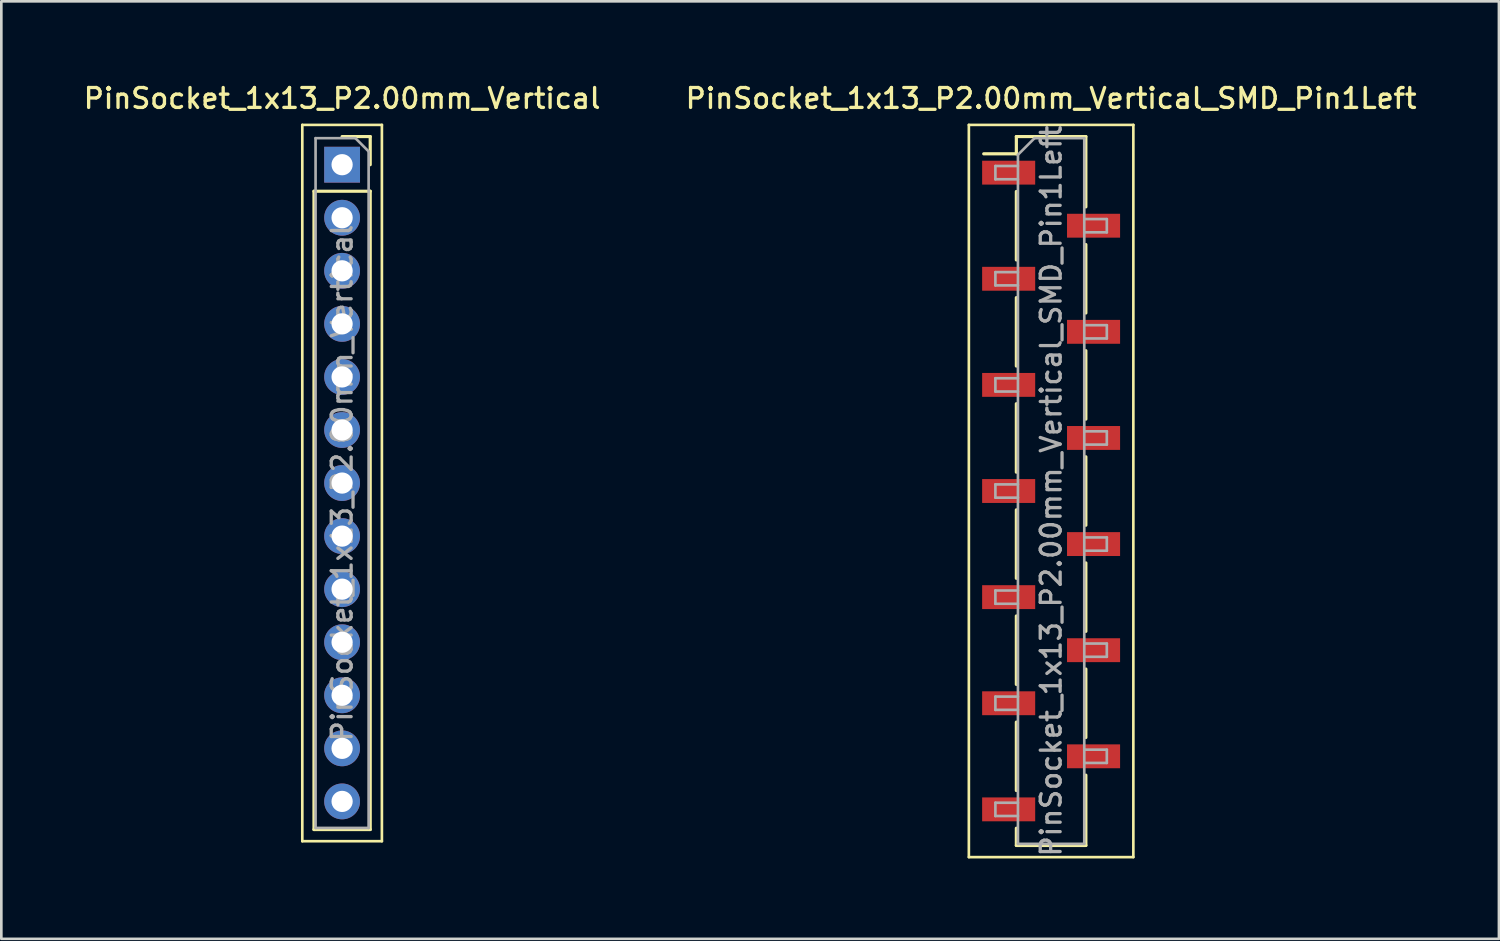
<source format=kicad_pcb>
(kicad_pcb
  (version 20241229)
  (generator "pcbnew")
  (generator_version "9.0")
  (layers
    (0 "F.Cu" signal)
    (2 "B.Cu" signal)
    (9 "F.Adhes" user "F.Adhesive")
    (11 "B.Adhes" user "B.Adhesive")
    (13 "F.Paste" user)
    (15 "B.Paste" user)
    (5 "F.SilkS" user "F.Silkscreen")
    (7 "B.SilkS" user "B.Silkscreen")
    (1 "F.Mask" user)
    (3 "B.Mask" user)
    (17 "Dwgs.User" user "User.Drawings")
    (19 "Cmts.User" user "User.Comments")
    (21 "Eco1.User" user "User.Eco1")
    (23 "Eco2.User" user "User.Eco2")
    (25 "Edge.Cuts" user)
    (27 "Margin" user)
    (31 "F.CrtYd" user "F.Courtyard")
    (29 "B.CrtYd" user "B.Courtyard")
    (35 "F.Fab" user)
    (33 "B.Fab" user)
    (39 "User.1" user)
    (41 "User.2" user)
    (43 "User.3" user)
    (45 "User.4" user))
  (footprint "PinSocket_1x13_P2.00mm_Vertical_SMD_Pin1Left"
    (layer "F.Cu")
    (at 36.57 15.458)
    (property "Reference" "PinSocket_1x13_P2.00mm_Vertical_SMD_Pin1Left" (at 0 -14.8 0) (layer "F.SilkS") (effects (font (size 0.75 0.75) (thickness 0.125))))
    (attr smd)
    (fp_line (start -3.1 -13.8) (end 3.1 -13.8) (stroke (width 0.1) (type solid)) (layer "F.SilkS"))
    (fp_line (start -3.1 13.8) (end -3.1 -13.8) (stroke (width 0.1) (type solid)) (layer "F.SilkS"))
    (fp_line (start -2.54 -12.71) (end -1.31 -12.71) (stroke (width 0.12) (type solid)) (layer "F.SilkS"))
    (fp_line (start -1.31 -13.36) (end -1.31 -12.71) (stroke (width 0.12) (type solid)) (layer "F.SilkS"))
    (fp_line (start -1.31 -13.36) (end 1.31 -13.36) (stroke (width 0.12) (type solid)) (layer "F.SilkS"))
    (fp_line (start -1.31 -11.29) (end -1.31 -8.71) (stroke (width 0.12) (type solid)) (layer "F.SilkS"))
    (fp_line (start -1.31 -7.29) (end -1.31 -4.71) (stroke (width 0.12) (type solid)) (layer "F.SilkS"))
    (fp_line (start -1.31 -3.29) (end -1.31 -0.71) (stroke (width 0.12) (type solid)) (layer "F.SilkS"))
    (fp_line (start -1.31 0.71) (end -1.31 3.29) (stroke (width 0.12) (type solid)) (layer "F.SilkS"))
    (fp_line (start -1.31 4.71) (end -1.31 7.29) (stroke (width 0.12) (type solid)) (layer "F.SilkS"))
    (fp_line (start -1.31 8.71) (end -1.31 11.29) (stroke (width 0.12) (type solid)) (layer "F.SilkS"))
    (fp_line (start -1.31 12.71) (end -1.31 13.36) (stroke (width 0.12) (type solid)) (layer "F.SilkS"))
    (fp_line (start -1.31 13.36) (end 1.31 13.36) (stroke (width 0.12) (type solid)) (layer "F.SilkS"))
    (fp_line (start 1.31 -13.36) (end 1.31 -10.71) (stroke (width 0.12) (type solid)) (layer "F.SilkS"))
    (fp_line (start 1.31 -9.29) (end 1.31 -6.71) (stroke (width 0.12) (type solid)) (layer "F.SilkS"))
    (fp_line (start 1.31 -5.29) (end 1.31 -2.71) (stroke (width 0.12) (type solid)) (layer "F.SilkS"))
    (fp_line (start 1.31 -1.29) (end 1.31 1.29) (stroke (width 0.12) (type solid)) (layer "F.SilkS"))
    (fp_line (start 1.31 2.71) (end 1.31 5.29) (stroke (width 0.12) (type solid)) (layer "F.SilkS"))
    (fp_line (start 1.31 6.71) (end 1.31 9.29) (stroke (width 0.12) (type solid)) (layer "F.SilkS"))
    (fp_line (start 1.31 10.71) (end 1.31 13.36) (stroke (width 0.12) (type solid)) (layer "F.SilkS"))
    (fp_line (start 3.1 -13.8) (end 3.1 13.8) (stroke (width 0.1) (type solid)) (layer "F.SilkS"))
    (fp_line (start 3.1 13.8) (end -3.1 13.8) (stroke (width 0.1) (type solid)) (layer "F.SilkS"))
    (fp_line (start -2.1 -12.25) (end -1.25 -12.25) (stroke (width 0.1) (type solid)) (layer "F.Fab"))
    (fp_line (start -2.1 -11.75) (end -2.1 -12.25) (stroke (width 0.1) (type solid)) (layer "F.Fab"))
    (fp_line (start -2.1 -8.25) (end -1.25 -8.25) (stroke (width 0.1) (type solid)) (layer "F.Fab"))
    (fp_line (start -2.1 -7.75) (end -2.1 -8.25) (stroke (width 0.1) (type solid)) (layer "F.Fab"))
    (fp_line (start -2.1 -4.25) (end -1.25 -4.25) (stroke (width 0.1) (type solid)) (layer "F.Fab"))
    (fp_line (start -2.1 -3.75) (end -2.1 -4.25) (stroke (width 0.1) (type solid)) (layer "F.Fab"))
    (fp_line (start -2.1 -0.25) (end -1.25 -0.25) (stroke (width 0.1) (type solid)) (layer "F.Fab"))
    (fp_line (start -2.1 0.25) (end -2.1 -0.25) (stroke (width 0.1) (type solid)) (layer "F.Fab"))
    (fp_line (start -2.1 3.75) (end -1.25 3.75) (stroke (width 0.1) (type solid)) (layer "F.Fab"))
    (fp_line (start -2.1 4.25) (end -2.1 3.75) (stroke (width 0.1) (type solid)) (layer "F.Fab"))
    (fp_line (start -2.1 7.75) (end -1.25 7.75) (stroke (width 0.1) (type solid)) (layer "F.Fab"))
    (fp_line (start -2.1 8.25) (end -2.1 7.75) (stroke (width 0.1) (type solid)) (layer "F.Fab"))
    (fp_line (start -2.1 11.75) (end -1.25 11.75) (stroke (width 0.1) (type solid)) (layer "F.Fab"))
    (fp_line (start -2.1 12.25) (end -2.1 11.75) (stroke (width 0.1) (type solid)) (layer "F.Fab"))
    (fp_line (start -1.25 -12.675) (end -0.625 -13.3) (stroke (width 0.1) (type solid)) (layer "F.Fab"))
    (fp_line (start -1.25 -11.75) (end -2.1 -11.75) (stroke (width 0.1) (type solid)) (layer "F.Fab"))
    (fp_line (start -1.25 -7.75) (end -2.1 -7.75) (stroke (width 0.1) (type solid)) (layer "F.Fab"))
    (fp_line (start -1.25 -3.75) (end -2.1 -3.75) (stroke (width 0.1) (type solid)) (layer "F.Fab"))
    (fp_line (start -1.25 0.25) (end -2.1 0.25) (stroke (width 0.1) (type solid)) (layer "F.Fab"))
    (fp_line (start -1.25 4.25) (end -2.1 4.25) (stroke (width 0.1) (type solid)) (layer "F.Fab"))
    (fp_line (start -1.25 8.25) (end -2.1 8.25) (stroke (width 0.1) (type solid)) (layer "F.Fab"))
    (fp_line (start -1.25 12.25) (end -2.1 12.25) (stroke (width 0.1) (type solid)) (layer "F.Fab"))
    (fp_line (start -1.25 13.3) (end -1.25 -12.675) (stroke (width 0.1) (type solid)) (layer "F.Fab"))
    (fp_line (start -0.625 -13.3) (end 1.25 -13.3) (stroke (width 0.1) (type solid)) (layer "F.Fab"))
    (fp_line (start 1.25 -13.3) (end 1.25 13.3) (stroke (width 0.1) (type solid)) (layer "F.Fab"))
    (fp_line (start 1.25 -10.25) (end 2.1 -10.25) (stroke (width 0.1) (type solid)) (layer "F.Fab"))
    (fp_line (start 1.25 -6.25) (end 2.1 -6.25) (stroke (width 0.1) (type solid)) (layer "F.Fab"))
    (fp_line (start 1.25 -2.25) (end 2.1 -2.25) (stroke (width 0.1) (type solid)) (layer "F.Fab"))
    (fp_line (start 1.25 1.75) (end 2.1 1.75) (stroke (width 0.1) (type solid)) (layer "F.Fab"))
    (fp_line (start 1.25 5.75) (end 2.1 5.75) (stroke (width 0.1) (type solid)) (layer "F.Fab"))
    (fp_line (start 1.25 9.75) (end 2.1 9.75) (stroke (width 0.1) (type solid)) (layer "F.Fab"))
    (fp_line (start 1.25 13.3) (end -1.25 13.3) (stroke (width 0.1) (type solid)) (layer "F.Fab"))
    (fp_line (start 2.1 -10.25) (end 2.1 -9.75) (stroke (width 0.1) (type solid)) (layer "F.Fab"))
    (fp_line (start 2.1 -9.75) (end 1.25 -9.75) (stroke (width 0.1) (type solid)) (layer "F.Fab"))
    (fp_line (start 2.1 -6.25) (end 2.1 -5.75) (stroke (width 0.1) (type solid)) (layer "F.Fab"))
    (fp_line (start 2.1 -5.75) (end 1.25 -5.75) (stroke (width 0.1) (type solid)) (layer "F.Fab"))
    (fp_line (start 2.1 -2.25) (end 2.1 -1.75) (stroke (width 0.1) (type solid)) (layer "F.Fab"))
    (fp_line (start 2.1 -1.75) (end 1.25 -1.75) (stroke (width 0.1) (type solid)) (layer "F.Fab"))
    (fp_line (start 2.1 1.75) (end 2.1 2.25) (stroke (width 0.1) (type solid)) (layer "F.Fab"))
    (fp_line (start 2.1 2.25) (end 1.25 2.25) (stroke (width 0.1) (type solid)) (layer "F.Fab"))
    (fp_line (start 2.1 5.75) (end 2.1 6.25) (stroke (width 0.1) (type solid)) (layer "F.Fab"))
    (fp_line (start 2.1 6.25) (end 1.25 6.25) (stroke (width 0.1) (type solid)) (layer "F.Fab"))
    (fp_line (start 2.1 9.75) (end 2.1 10.25) (stroke (width 0.1) (type solid)) (layer "F.Fab"))
    (fp_line (start 2.1 10.25) (end 1.25 10.25) (stroke (width 0.1) (type solid)) (layer "F.Fab"))
    (fp_text user "${REFERENCE}" (at 0 0 90) (layer "F.Fab") (effects (font (size 0.75 0.75) (thickness 0.125))))
    (pad "1" smd rect (at -1.6 -12) (size 2 0.9) (layers "F.Cu" "F.Mask" "F.Paste"))
    (pad "2" smd rect (at 1.6 -10) (size 2 0.9) (layers "F.Cu" "F.Mask" "F.Paste"))
    (pad "3" smd rect (at -1.6 -8) (size 2 0.9) (layers "F.Cu" "F.Mask" "F.Paste"))
    (pad "4" smd rect (at 1.6 -6) (size 2 0.9) (layers "F.Cu" "F.Mask" "F.Paste"))
    (pad "5" smd rect (at -1.6 -4) (size 2 0.9) (layers "F.Cu" "F.Mask" "F.Paste"))
    (pad "6" smd rect (at 1.6 -2) (size 2 0.9) (layers "F.Cu" "F.Mask" "F.Paste"))
    (pad "7" smd rect (at -1.6 0) (size 2 0.9) (layers "F.Cu" "F.Mask" "F.Paste"))
    (pad "8" smd rect (at 1.6 2) (size 2 0.9) (layers "F.Cu" "F.Mask" "F.Paste"))
    (pad "9" smd rect (at -1.6 4) (size 2 0.9) (layers "F.Cu" "F.Mask" "F.Paste"))
    (pad "10" smd rect (at 1.6 6) (size 2 0.9) (layers "F.Cu" "F.Mask" "F.Paste"))
    (pad "11" smd rect (at -1.6 8) (size 2 0.9) (layers "F.Cu" "F.Mask" "F.Paste"))
    (pad "12" smd rect (at 1.6 10) (size 2 0.9) (layers "F.Cu" "F.Mask" "F.Paste"))
    (pad "13" smd rect (at -1.6 12) (size 2 0.9) (layers "F.Cu" "F.Mask" "F.Paste")))
  (footprint "PinSocket_1x13_P2.00mm_Vertical"
    (layer "F.Cu")
    (at 9.845 3.158)
    (property "Reference" "PinSocket_1x13_P2.00mm_Vertical" (at 0 -2.5 0) (layer "F.SilkS") (effects (font (size 0.75 0.75) (thickness 0.125))))
    (attr through_hole)
    (fp_line (start -1.5 -1.5) (end 1.5 -1.5) (stroke (width 0.1) (type solid)) (layer "F.SilkS"))
    (fp_line (start -1.5 25.5) (end -1.5 -1.5) (stroke (width 0.1) (type solid)) (layer "F.SilkS"))
    (fp_line (start -1.06 1) (end -1.06 25.06) (stroke (width 0.12) (type solid)) (layer "F.SilkS"))
    (fp_line (start -1.06 1) (end 1.06 1) (stroke (width 0.12) (type solid)) (layer "F.SilkS"))
    (fp_line (start -1.06 25.06) (end 1.06 25.06) (stroke (width 0.12) (type solid)) (layer "F.SilkS"))
    (fp_line (start 0 -1.06) (end 1.06 -1.06) (stroke (width 0.12) (type solid)) (layer "F.SilkS"))
    (fp_line (start 1.06 -1.06) (end 1.06 0) (stroke (width 0.12) (type solid)) (layer "F.SilkS"))
    (fp_line (start 1.06 1) (end 1.06 25.06) (stroke (width 0.12) (type solid)) (layer "F.SilkS"))
    (fp_line (start 1.5 -1.5) (end 1.5 25.5) (stroke (width 0.1) (type solid)) (layer "F.SilkS"))
    (fp_line (start 1.5 25.5) (end -1.5 25.5) (stroke (width 0.1) (type solid)) (layer "F.SilkS"))
    (fp_line (start -1 -1) (end 0.5 -1) (stroke (width 0.1) (type solid)) (layer "F.Fab"))
    (fp_line (start -1 25) (end -1 -1) (stroke (width 0.1) (type solid)) (layer "F.Fab"))
    (fp_line (start 0.5 -1) (end 1 -0.5) (stroke (width 0.1) (type solid)) (layer "F.Fab"))
    (fp_line (start 1 -0.5) (end 1 25) (stroke (width 0.1) (type solid)) (layer "F.Fab"))
    (fp_line (start 1 25) (end -1 25) (stroke (width 0.1) (type solid)) (layer "F.Fab"))
    (fp_text user "${REFERENCE}" (at 0 12 90) (layer "F.Fab") (effects (font (size 0.75 0.75) (thickness 0.125))))
    (pad "1" thru_hole rect (at 0 0) (size 1.35 1.35) (drill 0.8) (layers "*.Cu" "*.Mask"))
    (pad "2" thru_hole oval (at 0 2) (size 1.35 1.35) (drill 0.8) (layers "*.Cu" "*.Mask"))
    (pad "3" thru_hole oval (at 0 4) (size 1.35 1.35) (drill 0.8) (layers "*.Cu" "*.Mask"))
    (pad "4" thru_hole oval (at 0 6) (size 1.35 1.35) (drill 0.8) (layers "*.Cu" "*.Mask"))
    (pad "5" thru_hole oval (at 0 8) (size 1.35 1.35) (drill 0.8) (layers "*.Cu" "*.Mask"))
    (pad "6" thru_hole oval (at 0 10) (size 1.35 1.35) (drill 0.8) (layers "*.Cu" "*.Mask"))
    (pad "7" thru_hole oval (at 0 12) (size 1.35 1.35) (drill 0.8) (layers "*.Cu" "*.Mask"))
    (pad "8" thru_hole oval (at 0 14) (size 1.35 1.35) (drill 0.8) (layers "*.Cu" "*.Mask"))
    (pad "9" thru_hole oval (at 0 16) (size 1.35 1.35) (drill 0.8) (layers "*.Cu" "*.Mask"))
    (pad "10" thru_hole oval (at 0 18) (size 1.35 1.35) (drill 0.8) (layers "*.Cu" "*.Mask"))
    (pad "11" thru_hole oval (at 0 20) (size 1.35 1.35) (drill 0.8) (layers "*.Cu" "*.Mask"))
    (pad "12" thru_hole oval (at 0 22) (size 1.35 1.35) (drill 0.8) (layers "*.Cu" "*.Mask"))
    (pad "13" thru_hole oval (at 0 24) (size 1.35 1.35) (drill 0.8) (layers "*.Cu" "*.Mask")))
  (gr_rect
    (start -3 -3)
    (end 53.45 32.338)
    (stroke (width 0.1) (type default))
    (fill no)
    (layer "Edge.Cuts")))
</source>
